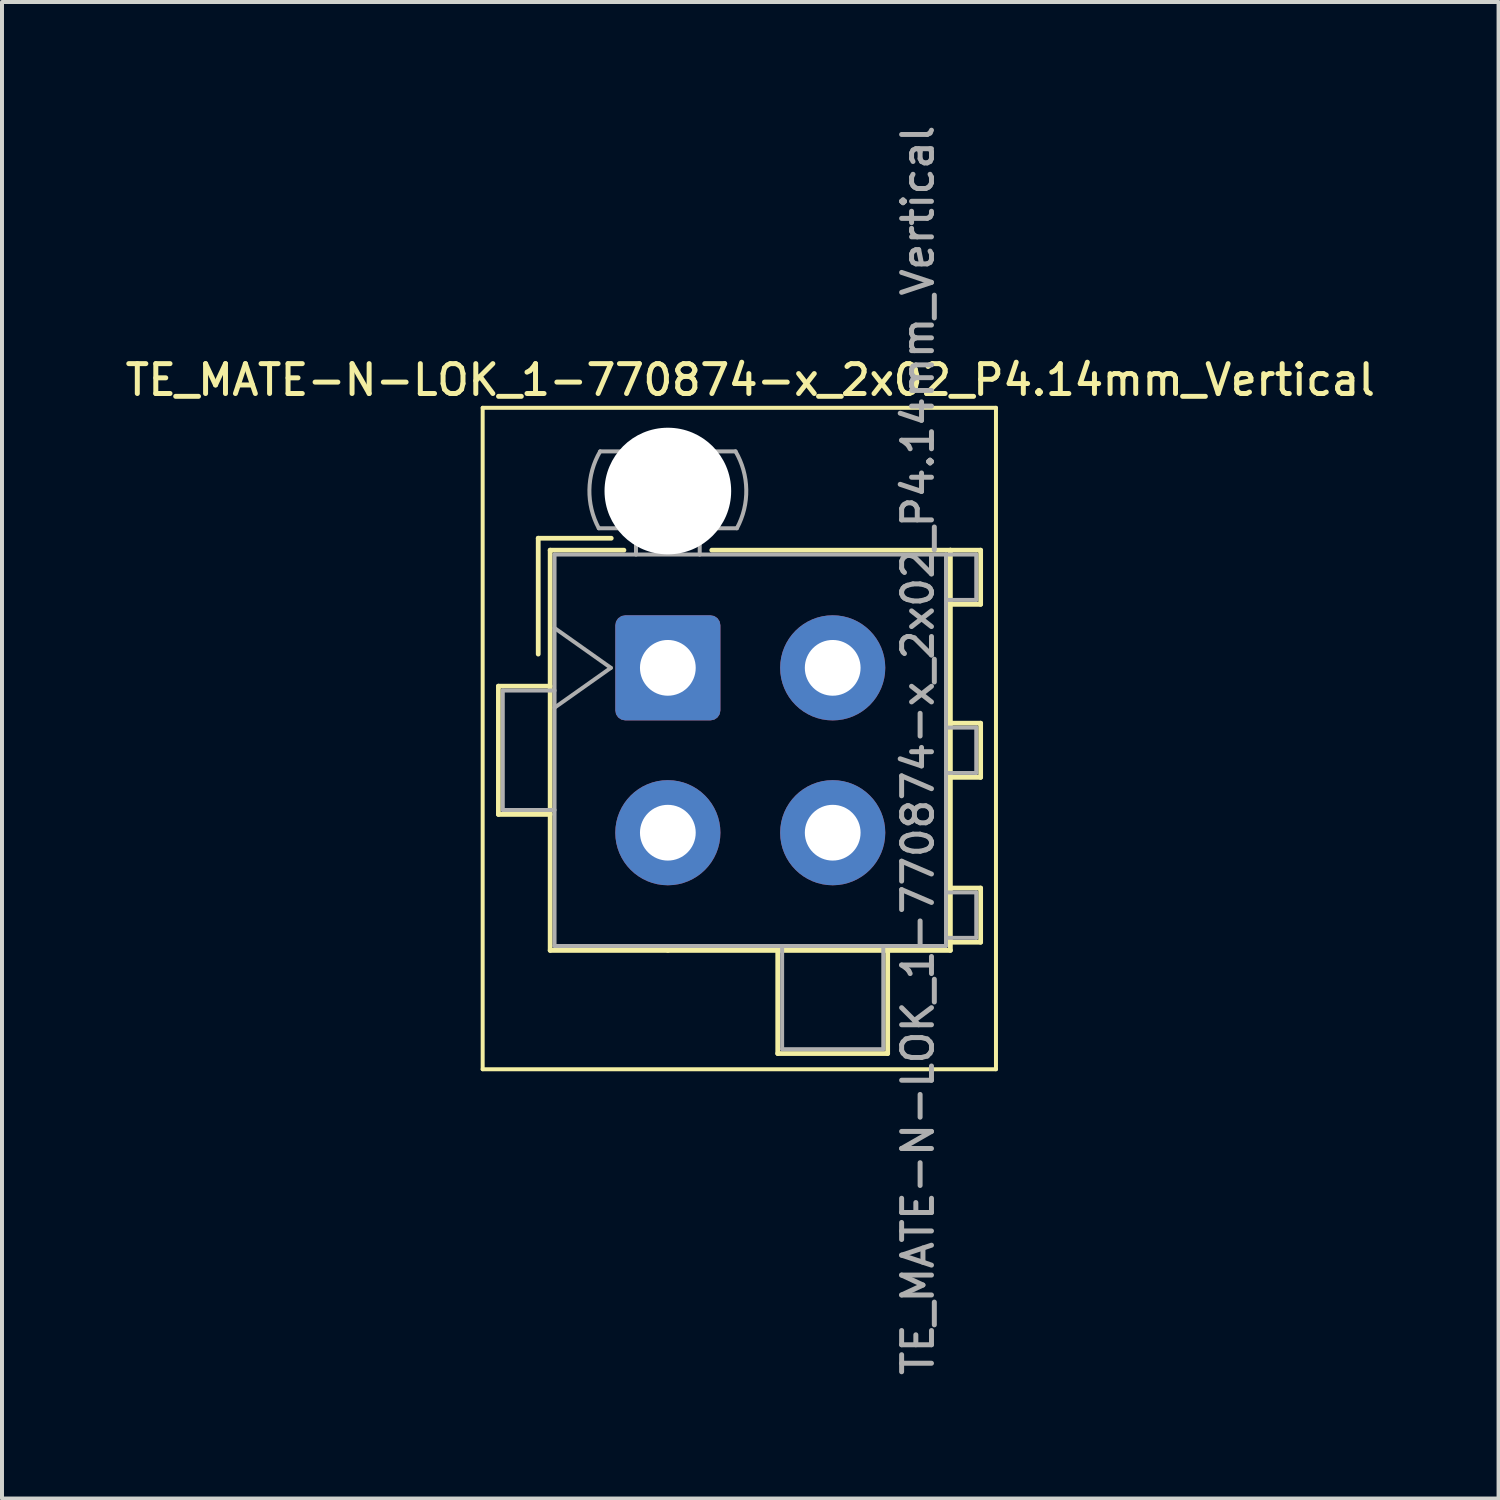
<source format=kicad_pcb>
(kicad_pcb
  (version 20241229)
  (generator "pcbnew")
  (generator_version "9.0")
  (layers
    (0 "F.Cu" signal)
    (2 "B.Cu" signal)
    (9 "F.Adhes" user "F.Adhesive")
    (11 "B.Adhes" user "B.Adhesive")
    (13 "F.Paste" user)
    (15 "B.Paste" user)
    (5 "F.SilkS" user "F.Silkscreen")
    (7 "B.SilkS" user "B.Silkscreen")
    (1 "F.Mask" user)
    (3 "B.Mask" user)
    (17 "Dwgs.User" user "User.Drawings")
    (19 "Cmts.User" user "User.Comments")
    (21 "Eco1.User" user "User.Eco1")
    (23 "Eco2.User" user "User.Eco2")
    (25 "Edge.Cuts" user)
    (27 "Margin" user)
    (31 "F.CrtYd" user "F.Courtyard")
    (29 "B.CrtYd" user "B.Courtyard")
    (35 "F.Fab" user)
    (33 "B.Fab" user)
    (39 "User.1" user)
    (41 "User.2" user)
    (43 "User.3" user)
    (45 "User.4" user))
  (footprint "TE_MATE-N-LOK_1-770874-x_2x02_P4.14mm_Vertical"
    (layer "F.Cu")
    (at 13.721 13.721)
    (property "Reference" "TE_MATE-N-LOK_1-770874-x_2x02_P4.14mm_Vertical" (at 2.07 -7.23 0) (layer "F.SilkS") (effects (font (size 0.75 0.75) (thickness 0.125))))
    (attr through_hole)
    (fp_line (start -4.65 -6.53) (end -4.65 10.08) (stroke (width 0.1) (type solid)) (layer "F.SilkS"))
    (fp_line (start -4.65 10.08) (end 8.24 10.08) (stroke (width 0.1) (type solid)) (layer "F.SilkS"))
    (fp_line (start -4.255 0.46) (end -4.255 3.68) (stroke (width 0.12) (type solid)) (layer "F.SilkS"))
    (fp_line (start -4.255 3.68) (end -2.955 3.68) (stroke (width 0.12) (type solid)) (layer "F.SilkS"))
    (fp_line (start -3.255 -3.255) (end -3.255 -0.345) (stroke (width 0.12) (type solid)) (layer "F.SilkS"))
    (fp_line (start -2.955 -2.955) (end -2.955 7.095) (stroke (width 0.12) (type solid)) (layer "F.SilkS"))
    (fp_line (start -2.955 0.46) (end -4.255 0.46) (stroke (width 0.12) (type solid)) (layer "F.SilkS"))
    (fp_line (start -2.955 7.095) (end 0 7.095) (stroke (width 0.12) (type solid)) (layer "F.SilkS"))
    (fp_line (start -1.421 -3.255) (end -3.255 -3.255) (stroke (width 0.12) (type solid)) (layer "F.SilkS"))
    (fp_line (start -1.103 -2.955) (end -2.955 -2.955) (stroke (width 0.12) (type solid)) (layer "F.SilkS"))
    (fp_line (start 1.103 -2.955) (end 7.095 -2.955) (stroke (width 0.12) (type solid)) (layer "F.SilkS"))
    (fp_line (start 2.76 7.095) (end 2.76 9.686) (stroke (width 0.12) (type solid)) (layer "F.SilkS"))
    (fp_line (start 2.76 9.686) (end 5.52 9.686) (stroke (width 0.12) (type solid)) (layer "F.SilkS"))
    (fp_line (start 5.52 9.686) (end 5.52 7.095) (stroke (width 0.12) (type solid)) (layer "F.SilkS"))
    (fp_line (start 7.095 -2.955) (end 7.095 7.095) (stroke (width 0.12) (type solid)) (layer "F.SilkS"))
    (fp_line (start 7.095 -2.955) (end 7.855 -2.955) (stroke (width 0.12) (type solid)) (layer "F.SilkS"))
    (fp_line (start 7.095 1.39) (end 7.855 1.39) (stroke (width 0.12) (type solid)) (layer "F.SilkS"))
    (fp_line (start 7.095 5.53) (end 7.855 5.53) (stroke (width 0.12) (type solid)) (layer "F.SilkS"))
    (fp_line (start 7.095 7.095) (end 0 7.095) (stroke (width 0.12) (type solid)) (layer "F.SilkS"))
    (fp_line (start 7.855 -2.955) (end 7.855 -1.595) (stroke (width 0.12) (type solid)) (layer "F.SilkS"))
    (fp_line (start 7.855 -1.595) (end 7.095 -1.595) (stroke (width 0.12) (type solid)) (layer "F.SilkS"))
    (fp_line (start 7.855 1.39) (end 7.855 2.75) (stroke (width 0.12) (type solid)) (layer "F.SilkS"))
    (fp_line (start 7.855 2.75) (end 7.095 2.75) (stroke (width 0.12) (type solid)) (layer "F.SilkS"))
    (fp_line (start 7.855 5.53) (end 7.855 6.89) (stroke (width 0.12) (type solid)) (layer "F.SilkS"))
    (fp_line (start 7.855 6.89) (end 7.095 6.89) (stroke (width 0.12) (type solid)) (layer "F.SilkS"))
    (fp_line (start 8.24 -6.53) (end -4.65 -6.53) (stroke (width 0.1) (type solid)) (layer "F.SilkS"))
    (fp_line (start 8.24 10.08) (end 8.24 -6.53) (stroke (width 0.1) (type solid)) (layer "F.SilkS"))
    (fp_line (start -4.145 0.57) (end -4.145 3.57) (stroke (width 0.1) (type solid)) (layer "F.Fab"))
    (fp_line (start -4.145 3.57) (end -2.845 3.57) (stroke (width 0.1) (type solid)) (layer "F.Fab"))
    (fp_line (start -2.845 -2.845) (end -2.845 6.985) (stroke (width 0.1) (type solid)) (layer "F.Fab"))
    (fp_line (start -2.845 -1) (end -1.431 0) (stroke (width 0.1) (type solid)) (layer "F.Fab"))
    (fp_line (start -2.845 0.57) (end -4.145 0.57) (stroke (width 0.1) (type solid)) (layer "F.Fab"))
    (fp_line (start -2.845 6.985) (end 6.985 6.985) (stroke (width 0.1) (type solid)) (layer "F.Fab"))
    (fp_line (start -1.431 0) (end -2.845 1) (stroke (width 0.1) (type solid)) (layer "F.Fab"))
    (fp_line (start -0.8 -2.845) (end -0.8 -3.505) (stroke (width 0.1) (type solid)) (layer "F.Fab"))
    (fp_line (start 0.8 -2.845) (end 0.8 -3.505) (stroke (width 0.1) (type solid)) (layer "F.Fab"))
    (fp_line (start 1.7 -5.436) (end -1.7 -5.436) (stroke (width 0.1) (type solid)) (layer "F.Fab"))
    (fp_line (start 1.734 -3.505) (end -1.734 -3.505) (stroke (width 0.1) (type solid)) (layer "F.Fab"))
    (fp_line (start 2.87 6.985) (end 2.87 9.576) (stroke (width 0.1) (type solid)) (layer "F.Fab"))
    (fp_line (start 2.87 9.576) (end 5.41 9.576) (stroke (width 0.1) (type solid)) (layer "F.Fab"))
    (fp_line (start 5.41 9.576) (end 5.41 6.985) (stroke (width 0.1) (type solid)) (layer "F.Fab"))
    (fp_line (start 6.985 -2.845) (end -2.845 -2.845) (stroke (width 0.1) (type solid)) (layer "F.Fab"))
    (fp_line (start 6.985 -2.845) (end 7.745 -2.845) (stroke (width 0.1) (type solid)) (layer "F.Fab"))
    (fp_line (start 6.985 1.5) (end 7.745 1.5) (stroke (width 0.1) (type solid)) (layer "F.Fab"))
    (fp_line (start 6.985 5.64) (end 7.745 5.64) (stroke (width 0.1) (type solid)) (layer "F.Fab"))
    (fp_line (start 6.985 6.985) (end 6.985 -2.845) (stroke (width 0.1) (type solid)) (layer "F.Fab"))
    (fp_line (start 7.745 -2.845) (end 7.745 -1.705) (stroke (width 0.1) (type solid)) (layer "F.Fab"))
    (fp_line (start 7.745 -1.705) (end 6.985 -1.705) (stroke (width 0.1) (type solid)) (layer "F.Fab"))
    (fp_line (start 7.745 1.5) (end 7.745 2.64) (stroke (width 0.1) (type solid)) (layer "F.Fab"))
    (fp_line (start 7.745 2.64) (end 6.985 2.64) (stroke (width 0.1) (type solid)) (layer "F.Fab"))
    (fp_line (start 7.745 5.64) (end 7.745 6.78) (stroke (width 0.1) (type solid)) (layer "F.Fab"))
    (fp_line (start 7.745 6.78) (end 6.985 6.78) (stroke (width 0.1) (type solid)) (layer "F.Fab"))
    (fp_arc (start -1.733977 -3.505) (mid -1.96969 -4.474992) (end -1.699672 -5.436) (stroke (width 0.1) (type solid)) (layer "F.Fab"))
    (fp_arc (start 1.699672 -5.436) (mid 1.969689 -4.474992) (end 1.733977 -3.505) (stroke (width 0.1) (type solid)) (layer "F.Fab"))
    (fp_text user "${REFERENCE}" (at 6.28 2.07 90) (layer "F.Fab") (effects (font (size 0.75 0.75) (thickness 0.125))))
    (pad "" np_thru_hole circle (at 0 -4.44) (size 3.18 3.18) (drill 3.18) (layers "*.Cu" "*.Mask"))
    (pad "1" thru_hole roundrect (at 0 0) (size 2.64 2.64) (drill 1.4) (layers "*.Cu" "*.Mask") (roundrect_rratio 0.095))
    (pad "2" thru_hole circle (at 0 4.14) (size 2.64 2.64) (drill 1.4) (layers "*.Cu" "*.Mask"))
    (pad "3" thru_hole circle (at 4.14 0) (size 2.64 2.64) (drill 1.4) (layers "*.Cu" "*.Mask"))
    (pad "4" thru_hole circle (at 4.14 4.14) (size 2.64 2.64) (drill 1.4) (layers "*.Cu" "*.Mask")))
  (gr_rect
    (start -3 -3)
    (end 34.582 34.582)
    (stroke (width 0.1) (type default))
    (fill no)
    (layer "Edge.Cuts")))
</source>
